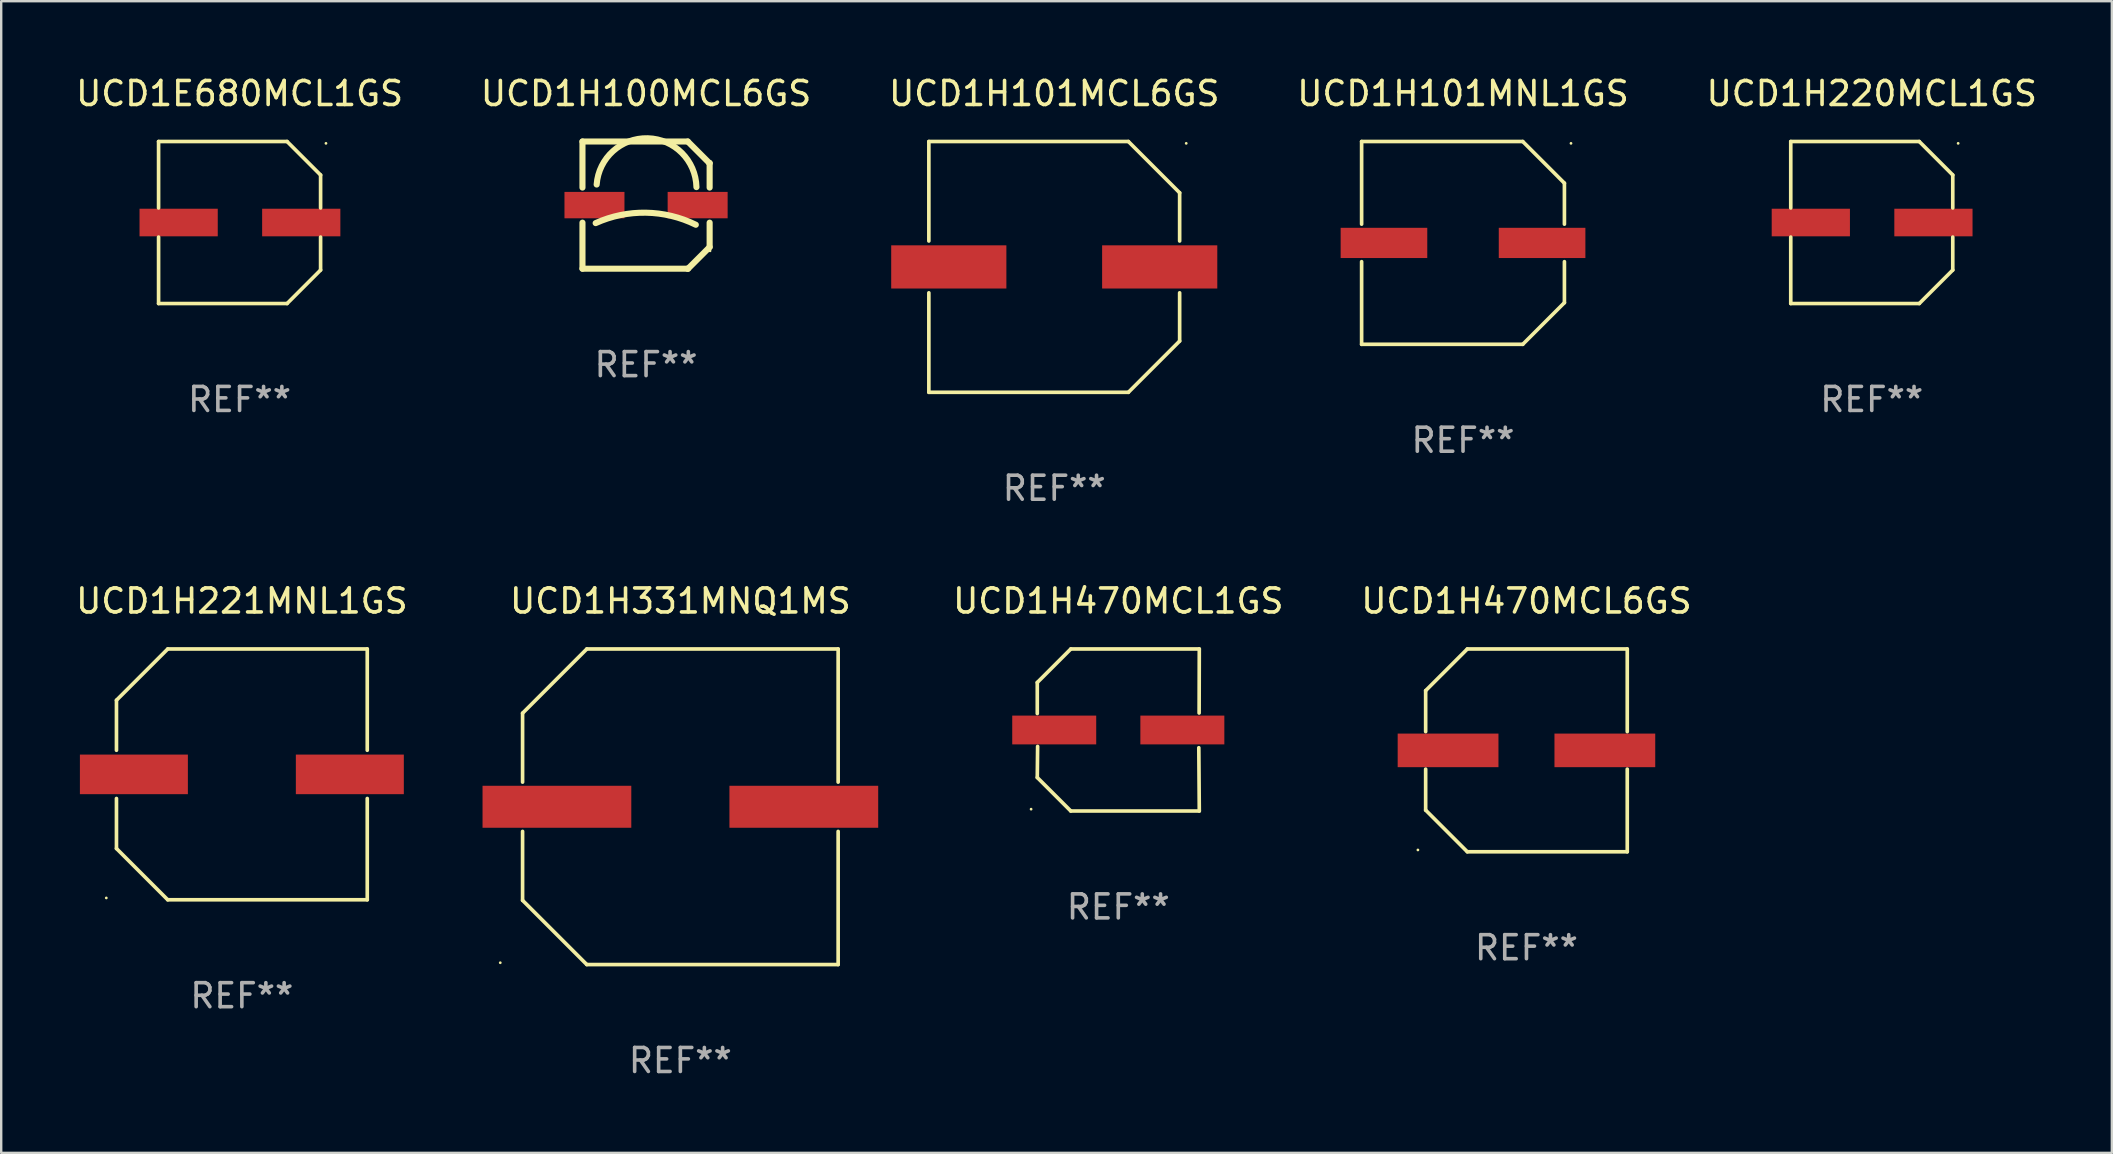
<source format=kicad_pcb>
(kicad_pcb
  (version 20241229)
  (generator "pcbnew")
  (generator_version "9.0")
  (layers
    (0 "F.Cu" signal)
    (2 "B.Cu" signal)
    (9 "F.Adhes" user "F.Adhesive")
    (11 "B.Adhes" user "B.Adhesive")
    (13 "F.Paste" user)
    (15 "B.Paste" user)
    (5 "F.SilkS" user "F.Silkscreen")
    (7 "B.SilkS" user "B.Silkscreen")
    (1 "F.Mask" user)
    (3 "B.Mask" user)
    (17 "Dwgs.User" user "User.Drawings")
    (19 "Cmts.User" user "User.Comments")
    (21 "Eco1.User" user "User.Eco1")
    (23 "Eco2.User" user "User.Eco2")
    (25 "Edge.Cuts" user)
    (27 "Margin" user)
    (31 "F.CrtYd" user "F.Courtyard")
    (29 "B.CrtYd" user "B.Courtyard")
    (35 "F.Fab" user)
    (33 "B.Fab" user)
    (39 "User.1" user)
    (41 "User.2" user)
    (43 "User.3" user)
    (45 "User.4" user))
  (footprint "UCD1H100MCL6GS"
    (layer "F.Cu")
    (at 23.875 5.498)
    (property "Reference" "UCD1H100MCL6GS" (at 0 -4.65 0) (layer "F.SilkS") (effects (font (size 1 1) (thickness 0.15))))
    (attr through_hole)
    (fp_line (start -2.65 -2.65) (end 1.74 -2.65) (stroke (width 0.254) (type solid)) (layer "F.SilkS"))
    (fp_line (start -2.65 -0.731) (end -2.65 -2.65) (stroke (width 0.254) (type solid)) (layer "F.SilkS"))
    (fp_line (start -2.65 2.65) (end -2.65 0.731) (stroke (width 0.254) (type solid)) (layer "F.SilkS"))
    (fp_line (start -2.65 2.65) (end 1.73 2.65) (stroke (width 0.254) (type solid)) (layer "F.SilkS"))
    (fp_line (start 1.73 2.65) (end 1.75 2.65) (stroke (width 0.254) (type solid)) (layer "F.SilkS"))
    (fp_line (start 1.75 2.65) (end 2.65 1.75) (stroke (width 0.254) (type solid)) (layer "F.SilkS"))
    (fp_line (start 2.64 -1.75) (end 1.74 -2.65) (stroke (width 0.254) (type solid)) (layer "F.SilkS"))
    (fp_line (start 2.65 -1.75) (end 2.64 -1.75) (stroke (width 0.254) (type solid)) (layer "F.SilkS"))
    (fp_line (start 2.65 -0.731) (end 2.65 -1.75) (stroke (width 0.254) (type solid)) (layer "F.SilkS"))
    (fp_line (start 2.65 1.75) (end 2.65 0.731) (stroke (width 0.254) (type solid)) (layer "F.SilkS"))
    (fp_arc (start -2.1 0.749886) (mid -0.005214 0.316693) (end 2.074168 0.818644) (stroke (width 0.254001) (type solid)) (layer "F.SilkS"))
    (fp_arc (start -2.058369 -0.857759) (mid 0.072137 -2.78601) (end 2.1 -0.750089) (stroke (width 0.254001) (type solid)) (layer "F.SilkS"))
    (fp_circle (center 2.667 1.905) (end 2.697 1.905) (stroke (width 0.06) (type solid)) (fill no) (layer "F.SilkS"))
    (fp_text user "REF**" (at 0 6.65 0) (layer "F.Fab") (effects (font (size 1 1) (thickness 0.15))))
    (pad "1" smd rect (at 2.15 0) (size 2.5 1.1) (layers "F.Cu" "F.Mask" "F.Paste"))
    (pad "2" smd rect (at -2.15 0) (size 2.5 1.1) (layers "F.Cu" "F.Mask" "F.Paste")))
  (footprint "UCD1H101MCL6GS"
    (layer "F.Cu")
    (at 40.887 8.074)
    (property "Reference" "UCD1H101MCL6GS" (at 0 -7.226 0) (layer "F.SilkS") (effects (font (size 1 1) (thickness 0.15))))
    (attr through_hole)
    (fp_line (start -5.226 -5.226) (end -5.226 -1.08) (stroke (width 0.152) (type solid)) (layer "F.SilkS"))
    (fp_line (start -5.226 -5.226) (end 3.09 -5.226) (stroke (width 0.152) (type solid)) (layer "F.SilkS"))
    (fp_line (start -5.226 1.08) (end -5.226 5.226) (stroke (width 0.152) (type solid)) (layer "F.SilkS"))
    (fp_line (start -5.226 5.226) (end 3.09 5.226) (stroke (width 0.152) (type solid)) (layer "F.SilkS"))
    (fp_line (start 3.09 -5.226) (end 5.226 -3.09) (stroke (width 0.152) (type solid)) (layer "F.SilkS"))
    (fp_line (start 3.09 5.226) (end 5.226 3.09) (stroke (width 0.152) (type solid)) (layer "F.SilkS"))
    (fp_line (start 5.226 -1.08) (end 5.226 -3.09) (stroke (width 0.152) (type solid)) (layer "F.SilkS"))
    (fp_line (start 5.226 3.09) (end 5.226 1.08) (stroke (width 0.152) (type solid)) (layer "F.SilkS"))
    (fp_circle (center 5.5 -5.15) (end 5.53 -5.15) (stroke (width 0.06) (type solid)) (fill no) (layer "F.SilkS"))
    (fp_text user "REF**" (at 0 9.226 0) (layer "F.Fab") (effects (font (size 1 1) (thickness 0.15))))
    (pad "1" smd rect (at 4.395 0 180) (size 4.8 1.8) (layers "F.Cu" "F.Mask" "F.Paste"))
    (pad "2" smd rect (at -4.395 0 180) (size 4.8 1.8) (layers "F.Cu" "F.Mask" "F.Paste")))
  (footprint "UCD1H221MNL1GS"
    (layer "F.Cu")
    (at 7.03 29.223)
    (property "Reference" "UCD1H221MNL1GS" (at 0 -7.226 0) (layer "F.SilkS") (effects (font (size 1 1) (thickness 0.15))))
    (attr through_hole)
    (fp_line (start -5.226 -3.09) (end -5.226 -1.005) (stroke (width 0.152) (type solid)) (layer "F.SilkS"))
    (fp_line (start -5.226 1.005) (end -5.226 3.09) (stroke (width 0.152) (type solid)) (layer "F.SilkS"))
    (fp_line (start -3.09 -5.226) (end -5.226 -3.09) (stroke (width 0.152) (type solid)) (layer "F.SilkS"))
    (fp_line (start -3.09 5.226) (end -5.226 3.09) (stroke (width 0.152) (type solid)) (layer "F.SilkS"))
    (fp_line (start 5.226 -5.226) (end -3.09 -5.226) (stroke (width 0.152) (type solid)) (layer "F.SilkS"))
    (fp_line (start 5.226 -1.005) (end 5.226 -5.226) (stroke (width 0.152) (type solid)) (layer "F.SilkS"))
    (fp_line (start 5.226 5.226) (end -3.09 5.226) (stroke (width 0.152) (type solid)) (layer "F.SilkS"))
    (fp_line (start 5.226 5.226) (end 5.226 1.005) (stroke (width 0.152) (type solid)) (layer "F.SilkS"))
    (fp_circle (center -5.65 5.15) (end -5.62 5.15) (stroke (width 0.06) (type solid)) (fill no) (layer "F.SilkS"))
    (fp_text user "REF**" (at 0 9.226 0) (layer "F.Fab") (effects (font (size 1 1) (thickness 0.15))))
    (pad "1" smd rect (at -4.5 0) (size 4.5 1.65) (layers "F.Cu" "F.Mask" "F.Paste"))
    (pad "2" smd rect (at 4.5 0) (size 4.5 1.65) (layers "F.Cu" "F.Mask" "F.Paste")))
  (footprint "UCD1H220MCL1GS"
    (layer "F.Cu")
    (at 74.958 6.224)
    (property "Reference" "UCD1H220MCL1GS" (at 0 -5.376 0) (layer "F.SilkS") (effects (font (size 1 1) (thickness 0.15))))
    (attr through_hole)
    (fp_line (start -3.376 -3.376) (end 1.98 -3.376) (stroke (width 0.152) (type solid)) (layer "F.SilkS"))
    (fp_line (start -3.376 -0.607) (end -3.376 -3.376) (stroke (width 0.152) (type solid)) (layer "F.SilkS"))
    (fp_line (start -3.376 0.607) (end -3.376 3.376) (stroke (width 0.152) (type solid)) (layer "F.SilkS"))
    (fp_line (start -3.376 3.376) (end 1.98 3.376) (stroke (width 0.152) (type solid)) (layer "F.SilkS"))
    (fp_line (start 1.98 -3.376) (end 3.376 -1.98) (stroke (width 0.152) (type solid)) (layer "F.SilkS"))
    (fp_line (start 1.98 3.376) (end 3.376 1.98) (stroke (width 0.152) (type solid)) (layer "F.SilkS"))
    (fp_line (start 3.376 -1.98) (end 3.376 -0.607) (stroke (width 0.152) (type solid)) (layer "F.SilkS"))
    (fp_line (start 3.376 1.98) (end 3.376 0.607) (stroke (width 0.152) (type solid)) (layer "F.SilkS"))
    (fp_circle (center 3.6 -3.3) (end 3.63 -3.3) (stroke (width 0.06) (type solid)) (fill no) (layer "F.SilkS"))
    (fp_text user "REF**" (at 0 7.376 0) (layer "F.Fab") (effects (font (size 1 1) (thickness 0.15))))
    (pad "1" smd rect (at 2.57 0 180) (size 3.26 1.15) (layers "F.Cu" "F.Mask" "F.Paste"))
    (pad "2" smd rect (at -2.54 0 180) (size 3.26 1.15) (layers "F.Cu" "F.Mask" "F.Paste")))
  (footprint "UCD1H470MCL1GS"
    (layer "F.Cu")
    (at 43.556 27.373)
    (property "Reference" "UCD1H470MCL1GS" (at 0 -5.376 0) (layer "F.SilkS") (effects (font (size 1 1) (thickness 0.15))))
    (attr through_hole)
    (fp_line (start -3.376 -1.98) (end -3.376 -0.686) (stroke (width 0.152) (type solid)) (layer "F.SilkS"))
    (fp_line (start -3.376 1.981) (end -3.362 0.686) (stroke (width 0.152) (type solid)) (layer "F.SilkS"))
    (fp_line (start -1.981 3.376) (end -3.376 1.981) (stroke (width 0.152) (type solid)) (layer "F.SilkS"))
    (fp_line (start -1.98 -3.376) (end -3.376 -1.98) (stroke (width 0.152) (type solid)) (layer "F.SilkS"))
    (fp_line (start 3.356 0.74) (end 3.376 3.376) (stroke (width 0.152) (type solid)) (layer "F.SilkS"))
    (fp_line (start 3.369 -0.707) (end 3.376 -3.376) (stroke (width 0.152) (type solid)) (layer "F.SilkS"))
    (fp_line (start 3.376 3.376) (end -1.981 3.376) (stroke (width 0.152) (type solid)) (layer "F.SilkS"))
    (fp_line (start 3.376 -3.376) (end -1.98 -3.376) (stroke (width 0.152) (type solid)) (layer "F.SilkS"))
    (fp_circle (center -3.634 3.3) (end -3.604 3.3) (stroke (width 0.06) (type solid)) (fill no) (layer "F.SilkS"))
    (fp_text user "REF**" (at 0 7.376 0) (layer "F.Fab") (effects (font (size 1 1) (thickness 0.15))))
    (pad "1" smd rect (at -2.67 0.000254) (size 3.5 1.2) (layers "F.Cu" "F.Mask" "F.Paste"))
    (pad "2" smd rect (at 2.67 0.000254) (size 3.5 1.2) (layers "F.Cu" "F.Mask" "F.Paste")))
  (footprint "UCD1H470MCL6GS"
    (layer "F.Cu")
    (at 60.567 28.223)
    (property "Reference" "UCD1H470MCL6GS" (at 0 -6.226 0) (layer "F.SilkS") (effects (font (size 1 1) (thickness 0.15))))
    (attr through_hole)
    (fp_line (start -4.201 -2.49) (end -4.201 -0.782) (stroke (width 0.152) (type solid)) (layer "F.SilkS"))
    (fp_line (start -4.201 2.49) (end -4.201 0.782) (stroke (width 0.152) (type solid)) (layer "F.SilkS"))
    (fp_line (start -2.465 -4.226) (end -4.201 -2.49) (stroke (width 0.152) (type solid)) (layer "F.SilkS"))
    (fp_line (start -2.465 4.226) (end -4.201 2.49) (stroke (width 0.152) (type solid)) (layer "F.SilkS"))
    (fp_line (start 4.201 -4.226) (end -2.465 -4.226) (stroke (width 0.152) (type solid)) (layer "F.SilkS"))
    (fp_line (start 4.201 -0.782) (end 4.201 -4.226) (stroke (width 0.152) (type solid)) (layer "F.SilkS"))
    (fp_line (start 4.201 0.782) (end 4.201 4.226) (stroke (width 0.152) (type solid)) (layer "F.SilkS"))
    (fp_line (start 4.201 4.226) (end -2.465 4.226) (stroke (width 0.152) (type solid)) (layer "F.SilkS"))
    (fp_circle (center -4.524 4.15) (end -4.494 4.15) (stroke (width 0.06) (type solid)) (fill no) (layer "F.SilkS"))
    (fp_text user "REF**" (at 0 8.226 0) (layer "F.Fab") (effects (font (size 1 1) (thickness 0.15))))
    (pad "1" smd rect (at -3.267 0) (size 4.2 1.4) (layers "F.Cu" "F.Mask" "F.Paste"))
    (pad "2" smd rect (at 3.267 0) (size 4.2 1.4) (layers "F.Cu" "F.Mask" "F.Paste")))
  (footprint "UCD1E680MCL1GS"
    (layer "F.Cu")
    (at 6.935 6.224)
    (property "Reference" "UCD1E680MCL1GS" (at 0 -5.376 0) (layer "F.SilkS") (effects (font (size 1 1) (thickness 0.15))))
    (attr through_hole)
    (fp_line (start -3.376 -3.376) (end 1.98 -3.376) (stroke (width 0.152) (type solid)) (layer "F.SilkS"))
    (fp_line (start -3.376 -0.607) (end -3.376 -3.376) (stroke (width 0.152) (type solid)) (layer "F.SilkS"))
    (fp_line (start -3.376 0.607) (end -3.376 3.376) (stroke (width 0.152) (type solid)) (layer "F.SilkS"))
    (fp_line (start -3.376 3.376) (end 1.98 3.376) (stroke (width 0.152) (type solid)) (layer "F.SilkS"))
    (fp_line (start 1.98 -3.376) (end 3.376 -1.98) (stroke (width 0.152) (type solid)) (layer "F.SilkS"))
    (fp_line (start 1.98 3.376) (end 3.376 1.98) (stroke (width 0.152) (type solid)) (layer "F.SilkS"))
    (fp_line (start 3.376 -1.98) (end 3.376 -0.607) (stroke (width 0.152) (type solid)) (layer "F.SilkS"))
    (fp_line (start 3.376 1.98) (end 3.376 0.607) (stroke (width 0.152) (type solid)) (layer "F.SilkS"))
    (fp_circle (center 3.6 -3.3) (end 3.63 -3.3) (stroke (width 0.06) (type solid)) (fill no) (layer "F.SilkS"))
    (fp_text user "REF**" (at 0 7.376 0) (layer "F.Fab") (effects (font (size 1 1) (thickness 0.15))))
    (pad "1" smd rect (at 2.57 0 180) (size 3.26 1.15) (layers "F.Cu" "F.Mask" "F.Paste"))
    (pad "2" smd rect (at -2.54 0 180) (size 3.26 1.15) (layers "F.Cu" "F.Mask" "F.Paste")))
  (footprint "UCD1H101MNL1GS"
    (layer "F.Cu")
    (at 57.923 7.074)
    (property "Reference" "UCD1H101MNL1GS" (at 0 -6.226 0) (layer "F.SilkS") (effects (font (size 1 1) (thickness 0.15))))
    (attr through_hole)
    (fp_line (start -4.226 -4.226) (end 2.49 -4.226) (stroke (width 0.152) (type solid)) (layer "F.SilkS"))
    (fp_line (start -4.226 -0.782) (end -4.226 -4.226) (stroke (width 0.152) (type solid)) (layer "F.SilkS"))
    (fp_line (start -4.226 0.782) (end -4.226 4.226) (stroke (width 0.152) (type solid)) (layer "F.SilkS"))
    (fp_line (start -4.226 4.226) (end 2.49 4.226) (stroke (width 0.152) (type solid)) (layer "F.SilkS"))
    (fp_line (start 2.49 -4.226) (end 4.226 -2.49) (stroke (width 0.152) (type solid)) (layer "F.SilkS"))
    (fp_line (start 2.49 4.226) (end 4.226 2.49) (stroke (width 0.152) (type solid)) (layer "F.SilkS"))
    (fp_line (start 4.226 -2.49) (end 4.226 -0.782) (stroke (width 0.152) (type solid)) (layer "F.SilkS"))
    (fp_line (start 4.226 2.49) (end 4.226 0.782) (stroke (width 0.152) (type solid)) (layer "F.SilkS"))
    (fp_circle (center 4.5 -4.15) (end 4.53 -4.15) (stroke (width 0.06) (type solid)) (fill no) (layer "F.SilkS"))
    (fp_text user "REF**" (at 0 8.226 0) (layer "F.Fab") (effects (font (size 1 1) (thickness 0.15))))
    (pad "1" smd rect (at 3.295 0 180) (size 3.61 1.26) (layers "F.Cu" "F.Mask" "F.Paste"))
    (pad "2" smd rect (at -3.295 0 180) (size 3.61 1.26) (layers "F.Cu" "F.Mask" "F.Paste")))
  (footprint "UCD1H331MNQ1MS"
    (layer "F.Cu")
    (at 25.305 30.573)
    (property "Reference" "UCD1H331MNQ1MS" (at 0 -8.576 0) (layer "F.SilkS") (effects (font (size 1 1) (thickness 0.15))))
    (attr through_hole)
    (fp_line (start -6.576 -3.9) (end -6.576 -1.027) (stroke (width 0.152) (type solid)) (layer "F.SilkS"))
    (fp_line (start -6.576 3.9) (end -6.576 1.027) (stroke (width 0.152) (type solid)) (layer "F.SilkS"))
    (fp_line (start -3.9 -6.576) (end -6.576 -3.9) (stroke (width 0.152) (type solid)) (layer "F.SilkS"))
    (fp_line (start -3.9 6.576) (end -6.576 3.9) (stroke (width 0.152) (type solid)) (layer "F.SilkS"))
    (fp_line (start 6.576 -6.576) (end -3.9 -6.576) (stroke (width 0.152) (type solid)) (layer "F.SilkS"))
    (fp_line (start 6.576 -1.027) (end 6.576 -6.576) (stroke (width 0.152) (type solid)) (layer "F.SilkS"))
    (fp_line (start 6.576 1.027) (end 6.576 6.576) (stroke (width 0.152) (type solid)) (layer "F.SilkS"))
    (fp_line (start 6.576 6.576) (end -3.9 6.576) (stroke (width 0.152) (type solid)) (layer "F.SilkS"))
    (fp_circle (center -7.506 6.5) (end -7.476 6.5) (stroke (width 0.06) (type solid)) (fill no) (layer "F.SilkS"))
    (fp_text user "REF**" (at 0 10.576 0) (layer "F.Fab") (effects (font (size 1 1) (thickness 0.15))))
    (pad "1" smd rect (at -5.145 0) (size 6.2 1.75) (layers "F.Cu" "F.Mask" "F.Paste"))
    (pad "2" smd rect (at 5.145 0) (size 6.2 1.75) (layers "F.Cu" "F.Mask" "F.Paste")))
  (gr_rect
    (start -3 -3)
    (end 84.964 44.998)
    (stroke (width 0.1) (type default))
    (fill no)
    (layer "Edge.Cuts")))
</source>
